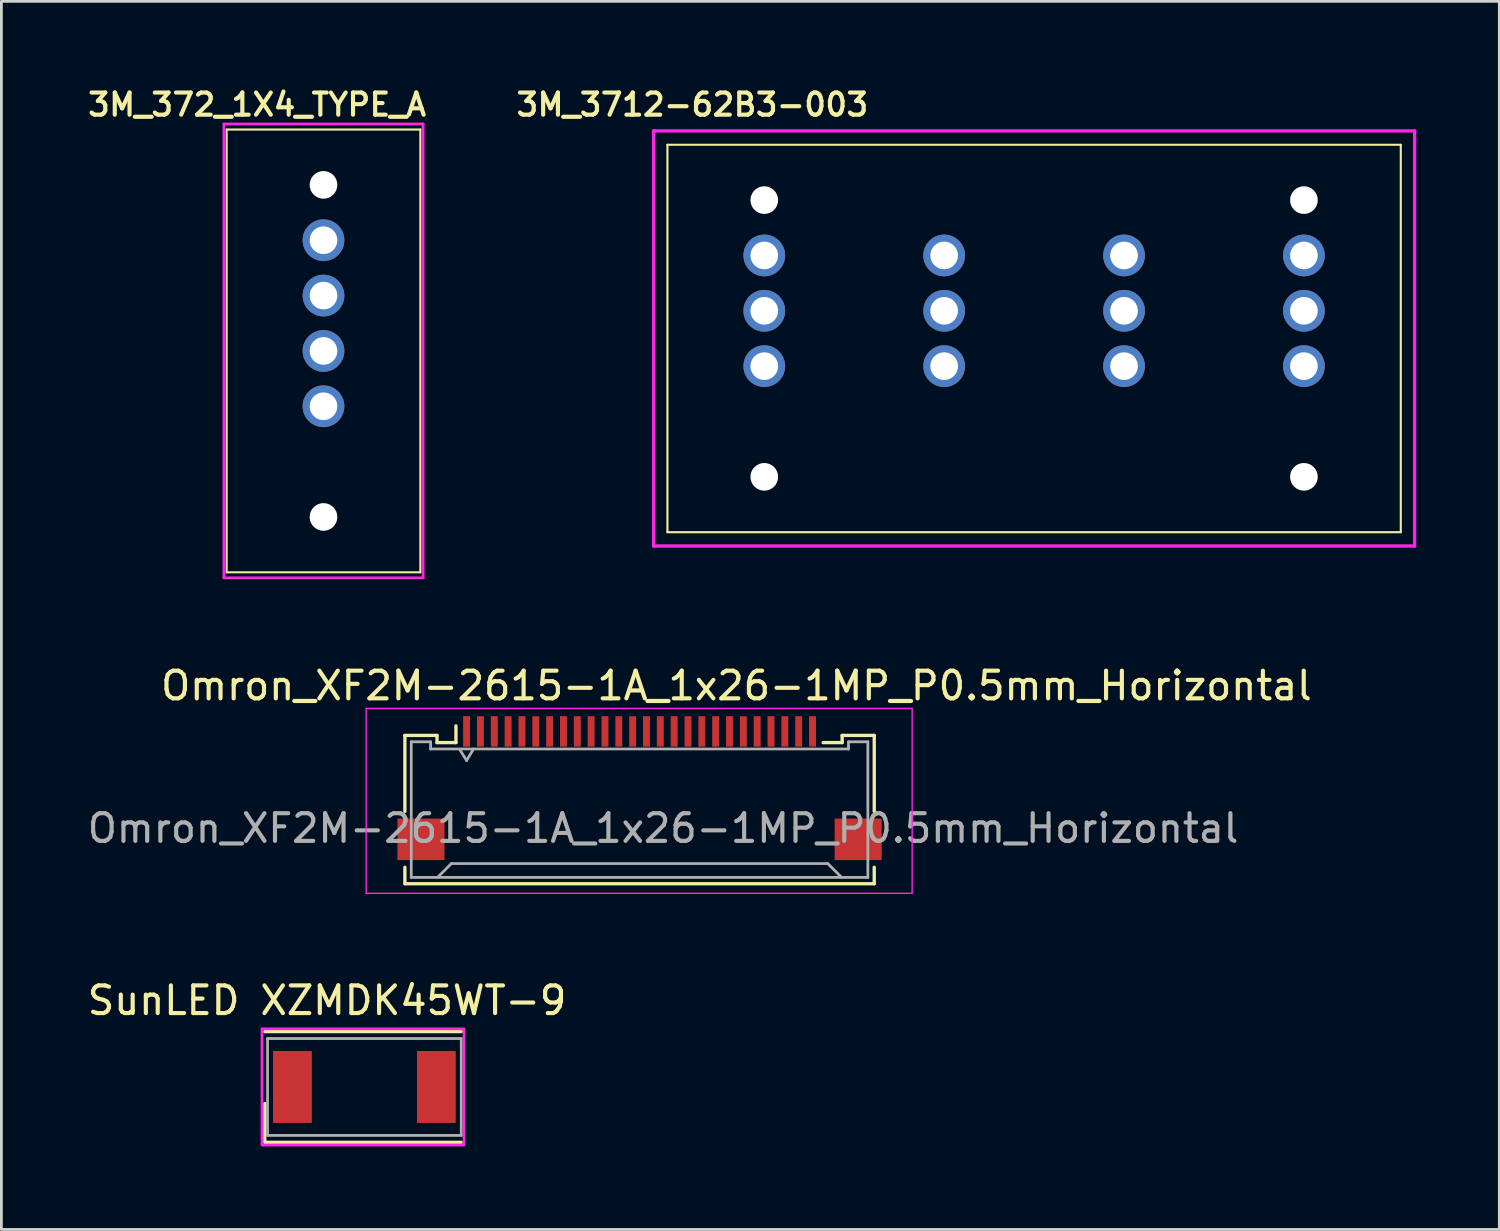
<source format=kicad_pcb>
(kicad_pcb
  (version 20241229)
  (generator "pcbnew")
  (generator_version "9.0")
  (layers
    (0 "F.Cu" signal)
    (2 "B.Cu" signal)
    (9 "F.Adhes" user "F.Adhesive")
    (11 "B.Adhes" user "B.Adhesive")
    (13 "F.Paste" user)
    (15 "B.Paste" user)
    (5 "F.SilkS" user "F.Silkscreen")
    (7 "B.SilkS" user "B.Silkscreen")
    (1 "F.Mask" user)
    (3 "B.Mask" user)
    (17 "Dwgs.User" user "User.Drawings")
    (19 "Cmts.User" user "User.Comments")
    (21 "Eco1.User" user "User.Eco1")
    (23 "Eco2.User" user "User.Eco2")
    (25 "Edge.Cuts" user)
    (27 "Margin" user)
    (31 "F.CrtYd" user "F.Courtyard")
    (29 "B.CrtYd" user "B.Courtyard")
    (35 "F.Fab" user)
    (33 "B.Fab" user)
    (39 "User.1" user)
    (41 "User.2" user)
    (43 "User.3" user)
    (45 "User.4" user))
  (footprint "3M_372_1X4_TYPE_A"
    (layer "F.Cu")
    (at 8.64 11.631)
    (property "Reference" "3M_372_1X4_TYPE_A" (at -2.4 -10.9 0) (layer "F.SilkS") (effects (font (size 0.8 0.8) (thickness 0.15))))
    (fp_line (start -3.5 -10) (end -3.5 6) (stroke (width 0.076) (type solid)) (layer "F.SilkS"))
    (fp_line (start -3.5 6) (end 3.5 6) (stroke (width 0.076) (type solid)) (layer "F.SilkS"))
    (fp_line (start 3.5 -10) (end -3.5 -10) (stroke (width 0.076) (type solid)) (layer "F.SilkS"))
    (fp_line (start 3.5 6) (end 3.5 -10) (stroke (width 0.076) (type solid)) (layer "F.SilkS"))
    (fp_line (start -3.6 -10.2) (end 3.6 -10.2) (stroke (width 0.1) (type default)) (layer "F.CrtYd"))
    (fp_line (start -3.6 6.2) (end -3.6 -10.2) (stroke (width 0.1) (type default)) (layer "F.CrtYd"))
    (fp_line (start 3.6 -10.2) (end 3.6 6.2) (stroke (width 0.1) (type default)) (layer "F.CrtYd"))
    (fp_line (start 3.6 6.2) (end -3.6 6.2) (stroke (width 0.1) (type default)) (layer "F.CrtYd"))
    (pad "" np_thru_hole circle (at 0 -8) (size 1 1) (drill 1) (layers "*.Cu" "*.Mask"))
    (pad "" np_thru_hole circle (at 0 4) (size 1 1) (drill 1) (layers "*.Cu" "*.Mask"))
    (pad "1" thru_hole circle (at 0 0) (size 1.508 1.508) (drill 1) (layers "*.Cu" "*.Mask"))
    (pad "2" thru_hole circle (at 0 -2) (size 1.508 1.508) (drill 1) (layers "*.Cu" "*.Mask"))
    (pad "3" thru_hole circle (at 0 -4) (size 1.508 1.508) (drill 1) (layers "*.Cu" "*.Mask"))
    (pad "4" thru_hole circle (at 0 -6) (size 1.508 1.508) (drill 1) (layers "*.Cu" "*.Mask")))
  (footprint "SunLED XZMDK45WT-9"
    (layer "F.Cu")
    (at 10.118 36.228)
    (property "Reference" "SunLED XZMDK45WT-9" (at -1.35 -3.125 0) (unlocked yes) (layer "F.SilkS") (effects (font (size 1 1) (thickness 0.15))))
    (attr smd)
    (fp_circle (center 0 0) (end 1.5 0) (stroke (width 0.2) (type solid)) (fill yes) (layer "F.Mask"))
    (fp_circle (center 0 0) (end 1.5 0) (stroke (width 0.2) (type solid)) (fill yes) (layer "B.Mask"))
    (fp_line (start -3.6 -2) (end 3.5 -2) (stroke (width 0.12) (type solid)) (layer "F.SilkS"))
    (fp_line (start -3.6 2) (end -3.6 0.6) (stroke (width 0.12) (type solid)) (layer "F.SilkS"))
    (fp_line (start -3.6 2) (end 3.5 2) (stroke (width 0.12) (type solid)) (layer "F.SilkS"))
    (fp_rect (start -3.7 -2.1) (end 3.6 2.1) (stroke (width 0.1) (type default)) (fill no) (layer "F.CrtYd"))
    (fp_line (start -3.5 -1.75) (end -3.5 1.75) (stroke (width 0.1) (type solid)) (layer "F.Fab"))
    (fp_line (start -3.5 1.75) (end 3.5 1.75) (stroke (width 0.1) (type solid)) (layer "F.Fab"))
    (fp_line (start 3.5 -1.75) (end -3.5 -1.75) (stroke (width 0.1) (type solid)) (layer "F.Fab"))
    (fp_line (start 3.5 1.75) (end 3.5 -1.75) (stroke (width 0.1) (type solid)) (layer "F.Fab"))
    (pad "1" smd rect (at -2.6 0 180) (size 1.4 2.6) (layers "F.Cu" "F.Mask" "F.Paste"))
    (pad "2" smd rect (at 2.6 0 180) (size 1.4 2.6) (layers "F.Cu" "F.Mask" "F.Paste"))
    (zone (net_name "") (layers "F.Cu" "B.Cu" "F.SilkS") (hatch edge 0.5) (connect_pads) (min_thickness 0.25) (filled_areas_thickness no) (keepout (tracks allowed) (vias allowed) (pads allowed) (copperpour not_allowed) (footprints allowed)) (placement (enabled no)) (fill) (polygon (pts (xy 8.218 34.628) (xy 8.218 37.828) (xy 12.018 37.828) (xy 12.018 34.628)))))
  (footprint "Omron_XF2M-2615-1A_1x26-1MP_P0.5mm_Horizontal"
    (layer "F.Cu")
    (at 23.561 25.43)
    (property "Reference" "Omron_XF2M-2615-1A_1x26-1MP_P0.5mm_Horizontal" (at 0 -3.7 0) (layer "F.SilkS") (effects (font (size 1 1) (thickness 0.15))))
    (attr smd)
    (fp_line (start -11.98 -1.905) (end -11.98 0.84) (stroke (width 0.12) (type solid)) (layer "F.SilkS"))
    (fp_line (start -11.98 2.86) (end -11.98 3.455) (stroke (width 0.12) (type solid)) (layer "F.SilkS"))
    (fp_line (start -11.98 3.455) (end 4.98 3.455) (stroke (width 0.12) (type solid)) (layer "F.SilkS"))
    (fp_line (start -10.82 -1.905) (end -11.98 -1.905) (stroke (width 0.12) (type solid)) (layer "F.SilkS"))
    (fp_line (start -10.82 -1.645) (end -10.82 -1.905) (stroke (width 0.12) (type solid)) (layer "F.SilkS"))
    (fp_line (start -10.135 -1.645) (end -10.82 -1.645) (stroke (width 0.12) (type solid)) (layer "F.SilkS"))
    (fp_line (start -10.135 -1.645) (end -10.135 -2.25) (stroke (width 0.12) (type solid)) (layer "F.SilkS"))
    (fp_line (start 3.82 -1.905) (end 3.82 -1.645) (stroke (width 0.12) (type solid)) (layer "F.SilkS"))
    (fp_line (start 3.82 -1.645) (end 3.135 -1.645) (stroke (width 0.12) (type solid)) (layer "F.SilkS"))
    (fp_line (start 4.98 -1.905) (end 3.82 -1.905) (stroke (width 0.12) (type solid)) (layer "F.SilkS"))
    (fp_line (start 4.98 0.84) (end 4.98 -1.905) (stroke (width 0.12) (type solid)) (layer "F.SilkS"))
    (fp_line (start 4.98 3.455) (end 4.98 2.86) (stroke (width 0.12) (type solid)) (layer "F.SilkS"))
    (fp_line (start -13.38 -2.88) (end 6.35 -2.88) (stroke (width 0.05) (type solid)) (layer "F.CrtYd"))
    (fp_line (start -13.38 3.8) (end -13.38 -2.88) (stroke (width 0.05) (type solid)) (layer "F.CrtYd"))
    (fp_line (start 6.35 -2.88) (end 6.35 3.8) (stroke (width 0.05) (type solid)) (layer "F.CrtYd"))
    (fp_line (start 6.35 3.8) (end -13.38 3.8) (stroke (width 0.05) (type solid)) (layer "F.CrtYd"))
    (fp_line (start -11.75 -1.675) (end -11.75 3.225) (stroke (width 0.1) (type solid)) (layer "F.Fab"))
    (fp_line (start -11.75 3.225) (end 4.75 3.225) (stroke (width 0.1) (type solid)) (layer "F.Fab"))
    (fp_line (start -11.05 -1.675) (end -11.75 -1.675) (stroke (width 0.1) (type solid)) (layer "F.Fab"))
    (fp_line (start -11.05 -1.675) (end -11.05 -1.415) (stroke (width 0.1) (type solid)) (layer "F.Fab"))
    (fp_line (start -10.3 2.725) (end -10.8 3.225) (stroke (width 0.1) (type solid)) (layer "F.Fab"))
    (fp_line (start -10.3 2.725) (end 3.3 2.725) (stroke (width 0.1) (type solid)) (layer "F.Fab"))
    (fp_line (start -9.75 -1) (end -10 -1.4) (stroke (width 0.1) (type solid)) (layer "F.Fab"))
    (fp_line (start -9.5 -1.415) (end -9.75 -1) (stroke (width 0.1) (type solid)) (layer "F.Fab"))
    (fp_line (start 3.3 2.725) (end 3.8 3.225) (stroke (width 0.1) (type solid)) (layer "F.Fab"))
    (fp_line (start 4.05 -1.675) (end 4.05 -1.415) (stroke (width 0.1) (type solid)) (layer "F.Fab"))
    (fp_line (start 4.05 -1.675) (end 4.75 -1.675) (stroke (width 0.1) (type solid)) (layer "F.Fab"))
    (fp_line (start 4.05 -1.415) (end -11.05 -1.415) (stroke (width 0.1) (type solid)) (layer "F.Fab"))
    (fp_line (start 4.75 3.225) (end 4.75 -1.675) (stroke (width 0.1) (type solid)) (layer "F.Fab"))
    (fp_text user "${REFERENCE}" (at -2.65 1.45 0) (layer "F.Fab") (effects (font (size 1 1) (thickness 0.15))))
    (pad "1" smd rect (at -9.75 -2.05) (size 0.25 1.1) (layers "F.Cu" "F.Mask" "F.Paste"))
    (pad "2" smd rect (at -9.25 -2.05) (size 0.25 1.1) (layers "F.Cu" "F.Mask" "F.Paste"))
    (pad "3" smd rect (at -8.75 -2.05) (size 0.25 1.1) (layers "F.Cu" "F.Mask" "F.Paste"))
    (pad "4" smd rect (at -8.25 -2.05) (size 0.25 1.1) (layers "F.Cu" "F.Mask" "F.Paste"))
    (pad "5" smd rect (at -7.75 -2.05) (size 0.25 1.1) (layers "F.Cu" "F.Mask" "F.Paste"))
    (pad "6" smd rect (at -7.25 -2.05) (size 0.25 1.1) (layers "F.Cu" "F.Mask" "F.Paste"))
    (pad "7" smd rect (at -6.75 -2.05) (size 0.25 1.1) (layers "F.Cu" "F.Mask" "F.Paste"))
    (pad "8" smd rect (at -6.25 -2.05) (size 0.25 1.1) (layers "F.Cu" "F.Mask" "F.Paste"))
    (pad "9" smd rect (at -5.75 -2.05) (size 0.25 1.1) (layers "F.Cu" "F.Mask" "F.Paste"))
    (pad "10" smd rect (at -5.25 -2.05) (size 0.25 1.1) (layers "F.Cu" "F.Mask" "F.Paste"))
    (pad "11" smd rect (at -4.75 -2.05) (size 0.25 1.1) (layers "F.Cu" "F.Mask" "F.Paste"))
    (pad "12" smd rect (at -4.25 -2.05) (size 0.25 1.1) (layers "F.Cu" "F.Mask" "F.Paste"))
    (pad "13" smd rect (at -3.75 -2.05) (size 0.25 1.1) (layers "F.Cu" "F.Mask" "F.Paste"))
    (pad "14" smd rect (at -3.25 -2.05) (size 0.25 1.1) (layers "F.Cu" "F.Mask" "F.Paste"))
    (pad "15" smd rect (at -2.75 -2.05) (size 0.25 1.1) (layers "F.Cu" "F.Mask" "F.Paste"))
    (pad "16" smd rect (at -2.25 -2.05) (size 0.25 1.1) (layers "F.Cu" "F.Mask" "F.Paste"))
    (pad "17" smd rect (at -1.75 -2.05) (size 0.25 1.1) (layers "F.Cu" "F.Mask" "F.Paste"))
    (pad "18" smd rect (at -1.25 -2.05) (size 0.25 1.1) (layers "F.Cu" "F.Mask" "F.Paste"))
    (pad "19" smd rect (at -0.75 -2.05) (size 0.25 1.1) (layers "F.Cu" "F.Mask" "F.Paste"))
    (pad "20" smd rect (at -0.25 -2.05) (size 0.25 1.1) (layers "F.Cu" "F.Mask" "F.Paste"))
    (pad "21" smd rect (at 0.25 -2.05) (size 0.25 1.1) (layers "F.Cu" "F.Mask" "F.Paste"))
    (pad "22" smd rect (at 0.75 -2.05) (size 0.25 1.1) (layers "F.Cu" "F.Mask" "F.Paste"))
    (pad "23" smd rect (at 1.25 -2.05) (size 0.25 1.1) (layers "F.Cu" "F.Mask" "F.Paste"))
    (pad "24" smd rect (at 1.75 -2.05) (size 0.25 1.1) (layers "F.Cu" "F.Mask" "F.Paste"))
    (pad "25" smd rect (at 2.25 -2.05) (size 0.25 1.1) (layers "F.Cu" "F.Mask" "F.Paste"))
    (pad "26" smd rect (at 2.75 -2.05) (size 0.25 1.1) (layers "F.Cu" "F.Mask" "F.Paste"))
    (pad "MP" smd rect (at -11.4 1.85) (size 1.7 1.5) (layers "F.Cu" "F.Mask" "F.Paste"))
    (pad "MP" smd rect (at 4.4 1.85) (size 1.7 1.5) (layers "F.Cu" "F.Mask" "F.Paste")))
  (footprint "3M_3712-62B3-003"
    (layer "F.Cu")
    (at 24.568 10.181)
    (property "Reference" "3M_3712-62B3-003" (at -2.6 -9.45 0) (layer "F.SilkS") (effects (font (size 0.8 0.8) (thickness 0.15))))
    (fp_line (start -3.5 -8) (end -3.5 6) (stroke (width 0.076) (type solid)) (layer "F.SilkS"))
    (fp_line (start -3.5 6) (end 23 6) (stroke (width 0.076) (type solid)) (layer "F.SilkS"))
    (fp_line (start 23 -8) (end -3.5 -8) (stroke (width 0.076) (type solid)) (layer "F.SilkS"))
    (fp_line (start 23 6) (end 23 -8) (stroke (width 0.076) (type solid)) (layer "F.SilkS"))
    (fp_line (start -4 -8.5) (end -4 6.5) (stroke (width 0.12) (type default)) (layer "F.CrtYd"))
    (fp_line (start -4 6.5) (end 23.5 6.5) (stroke (width 0.12) (type default)) (layer "F.CrtYd"))
    (fp_line (start 23.5 -8.5) (end -4 -8.5) (stroke (width 0.12) (type default)) (layer "F.CrtYd"))
    (fp_line (start 23.5 6.5) (end 23.5 -8.5) (stroke (width 0.12) (type default)) (layer "F.CrtYd"))
    (pad "" np_thru_hole circle (at 0 -6) (size 1 1) (drill 1) (layers "*.Cu" "*.Mask"))
    (pad "" np_thru_hole circle (at 0 4) (size 1 1) (drill 1) (layers "*.Cu" "*.Mask"))
    (pad "" np_thru_hole circle (at 19.5 -6) (size 1 1) (drill 1) (layers "*.Cu" "*.Mask"))
    (pad "" np_thru_hole circle (at 19.5 4) (size 1 1) (drill 1) (layers "*.Cu" "*.Mask"))
    (pad "1" thru_hole circle (at 0 0) (size 1.508 1.508) (drill 1) (layers "*.Cu" "*.Mask"))
    (pad "2" thru_hole circle (at 0 -2) (size 1.508 1.508) (drill 1) (layers "*.Cu" "*.Mask"))
    (pad "3" thru_hole circle (at 0 -4) (size 1.508 1.508) (drill 1) (layers "*.Cu" "*.Mask"))
    (pad "4" thru_hole circle (at 6.5 0) (size 1.508 1.508) (drill 1) (layers "*.Cu" "*.Mask"))
    (pad "5" thru_hole circle (at 6.5 -2) (size 1.508 1.508) (drill 1) (layers "*.Cu" "*.Mask"))
    (pad "6" thru_hole circle (at 6.5 -4) (size 1.508 1.508) (drill 1) (layers "*.Cu" "*.Mask"))
    (pad "7" thru_hole circle (at 13 0) (size 1.508 1.508) (drill 1) (layers "*.Cu" "*.Mask"))
    (pad "8" thru_hole circle (at 13 -2) (size 1.508 1.508) (drill 1) (layers "*.Cu" "*.Mask"))
    (pad "9" thru_hole circle (at 13 -4) (size 1.508 1.508) (drill 1) (layers "*.Cu" "*.Mask"))
    (pad "10" thru_hole circle (at 19.5 0) (size 1.508 1.508) (drill 1) (layers "*.Cu" "*.Mask"))
    (pad "11" thru_hole circle (at 19.5 -2) (size 1.508 1.508) (drill 1) (layers "*.Cu" "*.Mask"))
    (pad "12" thru_hole circle (at 19.5 -4) (size 1.508 1.508) (drill 1) (layers "*.Cu" "*.Mask")))
  (gr_rect
    (start -3 -3)
    (end 51.128 41.378)
    (stroke (width 0.1) (type default))
    (fill no)
    (layer "Edge.Cuts")))
</source>
